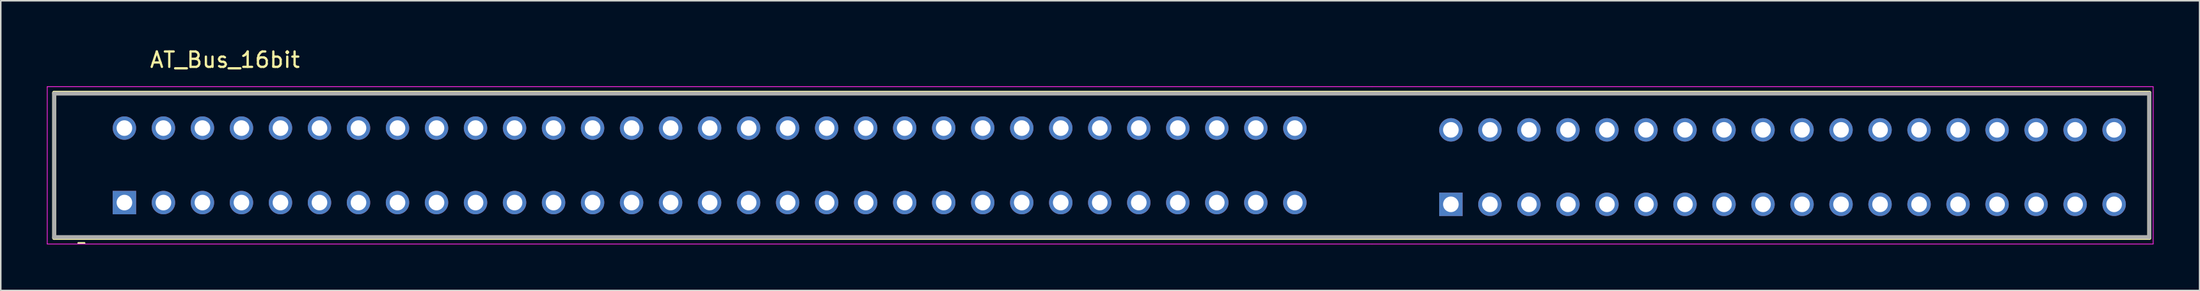
<source format=kicad_pcb>
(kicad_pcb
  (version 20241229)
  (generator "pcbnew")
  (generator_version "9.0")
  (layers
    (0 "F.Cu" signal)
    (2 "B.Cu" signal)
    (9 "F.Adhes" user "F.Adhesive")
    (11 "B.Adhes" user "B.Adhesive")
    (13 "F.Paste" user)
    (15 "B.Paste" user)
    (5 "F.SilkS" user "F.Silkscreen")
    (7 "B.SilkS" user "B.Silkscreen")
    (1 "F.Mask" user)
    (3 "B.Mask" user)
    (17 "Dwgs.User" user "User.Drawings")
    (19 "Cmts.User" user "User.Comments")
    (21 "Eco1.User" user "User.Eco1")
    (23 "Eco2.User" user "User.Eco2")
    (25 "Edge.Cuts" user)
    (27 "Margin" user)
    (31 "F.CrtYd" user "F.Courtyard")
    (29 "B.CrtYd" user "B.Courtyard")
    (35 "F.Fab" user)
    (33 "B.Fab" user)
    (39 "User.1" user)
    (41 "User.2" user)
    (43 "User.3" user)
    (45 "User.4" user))
  (footprint "AT_Bus_16bit"
    (layer "F.Cu")
    (at 43.15 7.72)
    (property "Reference" "AT_Bus_16bit" (at -31.554 -6.871 0) (layer "F.SilkS") (effects (font (size 1.002 1.002) (thickness 0.15))))
    (attr through_hole)
    (fp_line (start -42.672 -4.73) (end 93.726 -4.73) (stroke (width 0.254) (type solid)) (layer "F.SilkS"))
    (fp_line (start -42.672 4.73) (end -42.672 -4.73) (stroke (width 0.254) (type solid)) (layer "F.SilkS"))
    (fp_line (start -40.7 5.06) (end -41.1 5.06) (stroke (width 0.12) (type solid)) (layer "F.SilkS"))
    (fp_line (start 93.726 -4.73) (end 93.726 4.73) (stroke (width 0.254) (type solid)) (layer "F.SilkS"))
    (fp_line (start 93.726 4.73) (end -42.672 4.73) (stroke (width 0.254) (type solid)) (layer "F.SilkS"))
    (fp_line (start -43.125 -5.125) (end -43.125 5.125) (stroke (width 0.05) (type solid)) (layer "F.CrtYd"))
    (fp_line (start -43.125 5.125) (end 43.125 5.125) (stroke (width 0.05) (type solid)) (layer "F.CrtYd"))
    (fp_line (start 43.125 -5.125) (end -43.125 -5.125) (stroke (width 0.05) (type solid)) (layer "F.CrtYd"))
    (fp_line (start 43.125 5.125) (end 93.98 5.125) (stroke (width 0.05) (type solid)) (layer "F.CrtYd"))
    (fp_line (start 93.98 -5.125) (end 43.125 -5.125) (stroke (width 0.05) (type solid)) (layer "F.CrtYd"))
    (fp_line (start 93.98 5.125) (end 93.98 -5.125) (stroke (width 0.05) (type solid)) (layer "F.CrtYd"))
    (fp_line (start -42.672 -4.674) (end 93.726 -4.674) (stroke (width 0.254) (type solid)) (layer "F.Fab"))
    (fp_line (start -42.672 4.674) (end -42.672 -4.674) (stroke (width 0.254) (type solid)) (layer "F.Fab"))
    (fp_line (start 93.726 -4.674) (end 93.726 4.674) (stroke (width 0.254) (type solid)) (layer "F.Fab"))
    (fp_line (start 93.726 4.674) (end -42.672 4.674) (stroke (width 0.254) (type solid)) (layer "F.Fab"))
    (pad "1" thru_hole rect (at -38.1 2.426) (size 1.524 1.524) (drill 1.016) (layers "*.Cu" "*.Mask"))
    (pad "2" thru_hole circle (at -35.56 2.426) (size 1.524 1.524) (drill 1.016) (layers "*.Cu" "*.Mask"))
    (pad "3" thru_hole circle (at -33.02 2.426) (size 1.524 1.524) (drill 1.016) (layers "*.Cu" "*.Mask"))
    (pad "4" thru_hole circle (at -30.48 2.426) (size 1.524 1.524) (drill 1.016) (layers "*.Cu" "*.Mask"))
    (pad "5" thru_hole circle (at -27.94 2.426) (size 1.524 1.524) (drill 1.016) (layers "*.Cu" "*.Mask"))
    (pad "6" thru_hole circle (at -25.4 2.426) (size 1.524 1.524) (drill 1.016) (layers "*.Cu" "*.Mask"))
    (pad "7" thru_hole circle (at -22.86 2.426) (size 1.524 1.524) (drill 1.016) (layers "*.Cu" "*.Mask"))
    (pad "8" thru_hole circle (at -20.32 2.426) (size 1.524 1.524) (drill 1.016) (layers "*.Cu" "*.Mask"))
    (pad "9" thru_hole circle (at -17.78 2.426) (size 1.524 1.524) (drill 1.016) (layers "*.Cu" "*.Mask"))
    (pad "10" thru_hole circle (at -15.24 2.426) (size 1.524 1.524) (drill 1.016) (layers "*.Cu" "*.Mask"))
    (pad "11" thru_hole circle (at -12.7 2.426) (size 1.524 1.524) (drill 1.016) (layers "*.Cu" "*.Mask"))
    (pad "12" thru_hole circle (at -10.16 2.426) (size 1.524 1.524) (drill 1.016) (layers "*.Cu" "*.Mask"))
    (pad "13" thru_hole circle (at -7.62 2.426) (size 1.524 1.524) (drill 1.016) (layers "*.Cu" "*.Mask"))
    (pad "14" thru_hole circle (at -5.08 2.426) (size 1.524 1.524) (drill 1.016) (layers "*.Cu" "*.Mask"))
    (pad "15" thru_hole circle (at -2.54 2.426) (size 1.524 1.524) (drill 1.016) (layers "*.Cu" "*.Mask"))
    (pad "16" thru_hole circle (at 0 2.426) (size 1.524 1.524) (drill 1.016) (layers "*.Cu" "*.Mask"))
    (pad "17" thru_hole circle (at 2.54 2.426) (size 1.524 1.524) (drill 1.016) (layers "*.Cu" "*.Mask"))
    (pad "18" thru_hole circle (at 5.08 2.426) (size 1.524 1.524) (drill 1.016) (layers "*.Cu" "*.Mask"))
    (pad "19" thru_hole circle (at 7.62 2.426) (size 1.524 1.524) (drill 1.016) (layers "*.Cu" "*.Mask"))
    (pad "20" thru_hole circle (at 10.16 2.426) (size 1.524 1.524) (drill 1.016) (layers "*.Cu" "*.Mask"))
    (pad "21" thru_hole circle (at 12.7 2.426) (size 1.524 1.524) (drill 1.016) (layers "*.Cu" "*.Mask"))
    (pad "22" thru_hole circle (at 15.24 2.426) (size 1.524 1.524) (drill 1.016) (layers "*.Cu" "*.Mask"))
    (pad "23" thru_hole circle (at 17.78 2.426) (size 1.524 1.524) (drill 1.016) (layers "*.Cu" "*.Mask"))
    (pad "24" thru_hole circle (at 20.32 2.426) (size 1.524 1.524) (drill 1.016) (layers "*.Cu" "*.Mask"))
    (pad "25" thru_hole circle (at 22.86 2.426) (size 1.524 1.524) (drill 1.016) (layers "*.Cu" "*.Mask"))
    (pad "26" thru_hole circle (at 25.4 2.426) (size 1.524 1.524) (drill 1.016) (layers "*.Cu" "*.Mask"))
    (pad "27" thru_hole circle (at 27.94 2.426) (size 1.524 1.524) (drill 1.016) (layers "*.Cu" "*.Mask"))
    (pad "28" thru_hole circle (at 30.48 2.426) (size 1.524 1.524) (drill 1.016) (layers "*.Cu" "*.Mask"))
    (pad "29" thru_hole circle (at 33.02 2.426) (size 1.524 1.524) (drill 1.016) (layers "*.Cu" "*.Mask"))
    (pad "30" thru_hole circle (at 35.56 2.426) (size 1.524 1.524) (drill 1.016) (layers "*.Cu" "*.Mask"))
    (pad "31" thru_hole circle (at 38.1 2.426) (size 1.524 1.524) (drill 1.016) (layers "*.Cu" "*.Mask"))
    (pad "32" thru_hole circle (at -38.1 -2.426) (size 1.524 1.524) (drill 1.016) (layers "*.Cu" "*.Mask"))
    (pad "33" thru_hole circle (at -35.56 -2.426) (size 1.524 1.524) (drill 1.016) (layers "*.Cu" "*.Mask"))
    (pad "34" thru_hole circle (at -33.02 -2.426) (size 1.524 1.524) (drill 1.016) (layers "*.Cu" "*.Mask"))
    (pad "35" thru_hole circle (at -30.48 -2.426) (size 1.524 1.524) (drill 1.016) (layers "*.Cu" "*.Mask"))
    (pad "36" thru_hole circle (at -27.94 -2.426) (size 1.524 1.524) (drill 1.016) (layers "*.Cu" "*.Mask"))
    (pad "37" thru_hole circle (at -25.4 -2.426) (size 1.524 1.524) (drill 1.016) (layers "*.Cu" "*.Mask"))
    (pad "38" thru_hole circle (at -22.86 -2.426) (size 1.524 1.524) (drill 1.016) (layers "*.Cu" "*.Mask"))
    (pad "39" thru_hole circle (at -20.32 -2.426) (size 1.524 1.524) (drill 1.016) (layers "*.Cu" "*.Mask"))
    (pad "40" thru_hole circle (at -17.78 -2.426) (size 1.524 1.524) (drill 1.016) (layers "*.Cu" "*.Mask"))
    (pad "41" thru_hole circle (at -15.24 -2.426) (size 1.524 1.524) (drill 1.016) (layers "*.Cu" "*.Mask"))
    (pad "42" thru_hole circle (at -12.7 -2.426) (size 1.524 1.524) (drill 1.016) (layers "*.Cu" "*.Mask"))
    (pad "43" thru_hole circle (at -10.16 -2.426) (size 1.524 1.524) (drill 1.016) (layers "*.Cu" "*.Mask"))
    (pad "44" thru_hole circle (at -7.62 -2.426) (size 1.524 1.524) (drill 1.016) (layers "*.Cu" "*.Mask"))
    (pad "45" thru_hole circle (at -5.08 -2.426) (size 1.524 1.524) (drill 1.016) (layers "*.Cu" "*.Mask"))
    (pad "46" thru_hole circle (at -2.54 -2.426) (size 1.524 1.524) (drill 1.016) (layers "*.Cu" "*.Mask"))
    (pad "47" thru_hole circle (at 0 -2.426) (size 1.524 1.524) (drill 1.016) (layers "*.Cu" "*.Mask"))
    (pad "48" thru_hole circle (at 2.54 -2.426) (size 1.524 1.524) (drill 1.016) (layers "*.Cu" "*.Mask"))
    (pad "49" thru_hole circle (at 5.08 -2.426) (size 1.524 1.524) (drill 1.016) (layers "*.Cu" "*.Mask"))
    (pad "50" thru_hole circle (at 7.62 -2.426) (size 1.524 1.524) (drill 1.016) (layers "*.Cu" "*.Mask"))
    (pad "51" thru_hole circle (at 10.16 -2.426) (size 1.524 1.524) (drill 1.016) (layers "*.Cu" "*.Mask"))
    (pad "52" thru_hole circle (at 12.7 -2.426) (size 1.524 1.524) (drill 1.016) (layers "*.Cu" "*.Mask"))
    (pad "53" thru_hole circle (at 15.24 -2.426) (size 1.524 1.524) (drill 1.016) (layers "*.Cu" "*.Mask"))
    (pad "54" thru_hole circle (at 17.78 -2.426) (size 1.524 1.524) (drill 1.016) (layers "*.Cu" "*.Mask"))
    (pad "55" thru_hole circle (at 20.32 -2.426) (size 1.524 1.524) (drill 1.016) (layers "*.Cu" "*.Mask"))
    (pad "56" thru_hole circle (at 22.86 -2.426) (size 1.524 1.524) (drill 1.016) (layers "*.Cu" "*.Mask"))
    (pad "57" thru_hole circle (at 25.4 -2.426) (size 1.524 1.524) (drill 1.016) (layers "*.Cu" "*.Mask"))
    (pad "58" thru_hole circle (at 27.94 -2.426) (size 1.524 1.524) (drill 1.016) (layers "*.Cu" "*.Mask"))
    (pad "59" thru_hole circle (at 30.48 -2.426) (size 1.524 1.524) (drill 1.016) (layers "*.Cu" "*.Mask"))
    (pad "60" thru_hole circle (at 33.02 -2.426) (size 1.524 1.524) (drill 1.016) (layers "*.Cu" "*.Mask"))
    (pad "61" thru_hole circle (at 35.56 -2.426) (size 1.524 1.524) (drill 1.016) (layers "*.Cu" "*.Mask"))
    (pad "62" thru_hole circle (at 38.1 -2.426) (size 1.524 1.524) (drill 1.016) (layers "*.Cu" "*.Mask"))
    (pad "63" thru_hole rect (at 48.26 2.54) (size 1.524 1.524) (drill 1.016) (layers "*.Cu" "*.Mask"))
    (pad "64" thru_hole circle (at 50.8 2.54) (size 1.524 1.524) (drill 1.016) (layers "*.Cu" "*.Mask"))
    (pad "65" thru_hole circle (at 53.34 2.54) (size 1.524 1.524) (drill 1.016) (layers "*.Cu" "*.Mask"))
    (pad "66" thru_hole circle (at 55.88 2.54) (size 1.524 1.524) (drill 1.016) (layers "*.Cu" "*.Mask"))
    (pad "67" thru_hole circle (at 58.42 2.54) (size 1.524 1.524) (drill 1.016) (layers "*.Cu" "*.Mask"))
    (pad "68" thru_hole circle (at 60.96 2.54) (size 1.524 1.524) (drill 1.016) (layers "*.Cu" "*.Mask"))
    (pad "69" thru_hole circle (at 63.5 2.54) (size 1.524 1.524) (drill 1.016) (layers "*.Cu" "*.Mask"))
    (pad "70" thru_hole circle (at 66.04 2.54) (size 1.524 1.524) (drill 1.016) (layers "*.Cu" "*.Mask"))
    (pad "71" thru_hole circle (at 68.58 2.54) (size 1.524 1.524) (drill 1.016) (layers "*.Cu" "*.Mask"))
    (pad "72" thru_hole circle (at 71.12 2.54) (size 1.524 1.524) (drill 1.016) (layers "*.Cu" "*.Mask"))
    (pad "73" thru_hole circle (at 73.66 2.54) (size 1.524 1.524) (drill 1.016) (layers "*.Cu" "*.Mask"))
    (pad "74" thru_hole circle (at 76.2 2.54) (size 1.524 1.524) (drill 1.016) (layers "*.Cu" "*.Mask"))
    (pad "75" thru_hole circle (at 78.74 2.54) (size 1.524 1.524) (drill 1.016) (layers "*.Cu" "*.Mask"))
    (pad "76" thru_hole circle (at 81.28 2.54) (size 1.524 1.524) (drill 1.016) (layers "*.Cu" "*.Mask"))
    (pad "77" thru_hole circle (at 83.82 2.54) (size 1.524 1.524) (drill 1.016) (layers "*.Cu" "*.Mask"))
    (pad "78" thru_hole circle (at 86.36 2.54) (size 1.524 1.524) (drill 1.016) (layers "*.Cu" "*.Mask"))
    (pad "79" thru_hole circle (at 88.9 2.54) (size 1.524 1.524) (drill 1.016) (layers "*.Cu" "*.Mask"))
    (pad "80" thru_hole circle (at 91.44 2.54) (size 1.524 1.524) (drill 1.016) (layers "*.Cu" "*.Mask"))
    (pad "81" thru_hole circle (at 48.26 -2.311) (size 1.524 1.524) (drill 1.016) (layers "*.Cu" "*.Mask"))
    (pad "82" thru_hole circle (at 50.8 -2.311) (size 1.524 1.524) (drill 1.016) (layers "*.Cu" "*.Mask"))
    (pad "83" thru_hole circle (at 53.34 -2.311) (size 1.524 1.524) (drill 1.016) (layers "*.Cu" "*.Mask"))
    (pad "84" thru_hole circle (at 55.88 -2.311) (size 1.524 1.524) (drill 1.016) (layers "*.Cu" "*.Mask"))
    (pad "85" thru_hole circle (at 58.42 -2.311) (size 1.524 1.524) (drill 1.016) (layers "*.Cu" "*.Mask"))
    (pad "86" thru_hole circle (at 60.96 -2.311) (size 1.524 1.524) (drill 1.016) (layers "*.Cu" "*.Mask"))
    (pad "87" thru_hole circle (at 63.5 -2.311) (size 1.524 1.524) (drill 1.016) (layers "*.Cu" "*.Mask"))
    (pad "88" thru_hole circle (at 66.04 -2.311) (size 1.524 1.524) (drill 1.016) (layers "*.Cu" "*.Mask"))
    (pad "89" thru_hole circle (at 68.58 -2.311) (size 1.524 1.524) (drill 1.016) (layers "*.Cu" "*.Mask"))
    (pad "90" thru_hole circle (at 71.12 -2.311) (size 1.524 1.524) (drill 1.016) (layers "*.Cu" "*.Mask"))
    (pad "91" thru_hole circle (at 73.66 -2.311) (size 1.524 1.524) (drill 1.016) (layers "*.Cu" "*.Mask"))
    (pad "92" thru_hole circle (at 76.2 -2.311) (size 1.524 1.524) (drill 1.016) (layers "*.Cu" "*.Mask"))
    (pad "93" thru_hole circle (at 78.74 -2.311) (size 1.524 1.524) (drill 1.016) (layers "*.Cu" "*.Mask"))
    (pad "94" thru_hole circle (at 81.28 -2.311) (size 1.524 1.524) (drill 1.016) (layers "*.Cu" "*.Mask"))
    (pad "95" thru_hole circle (at 83.82 -2.311) (size 1.524 1.524) (drill 1.016) (layers "*.Cu" "*.Mask"))
    (pad "96" thru_hole circle (at 86.36 -2.311) (size 1.524 1.524) (drill 1.016) (layers "*.Cu" "*.Mask"))
    (pad "97" thru_hole circle (at 88.9 -2.311) (size 1.524 1.524) (drill 1.016) (layers "*.Cu" "*.Mask"))
    (pad "98" thru_hole circle (at 91.44 -2.311) (size 1.524 1.524) (drill 1.016) (layers "*.Cu" "*.Mask")))
  (gr_rect
    (start -3 -3)
    (end 140.155 15.87)
    (stroke (width 0.1) (type default))
    (fill no)
    (layer "Edge.Cuts")))
</source>
